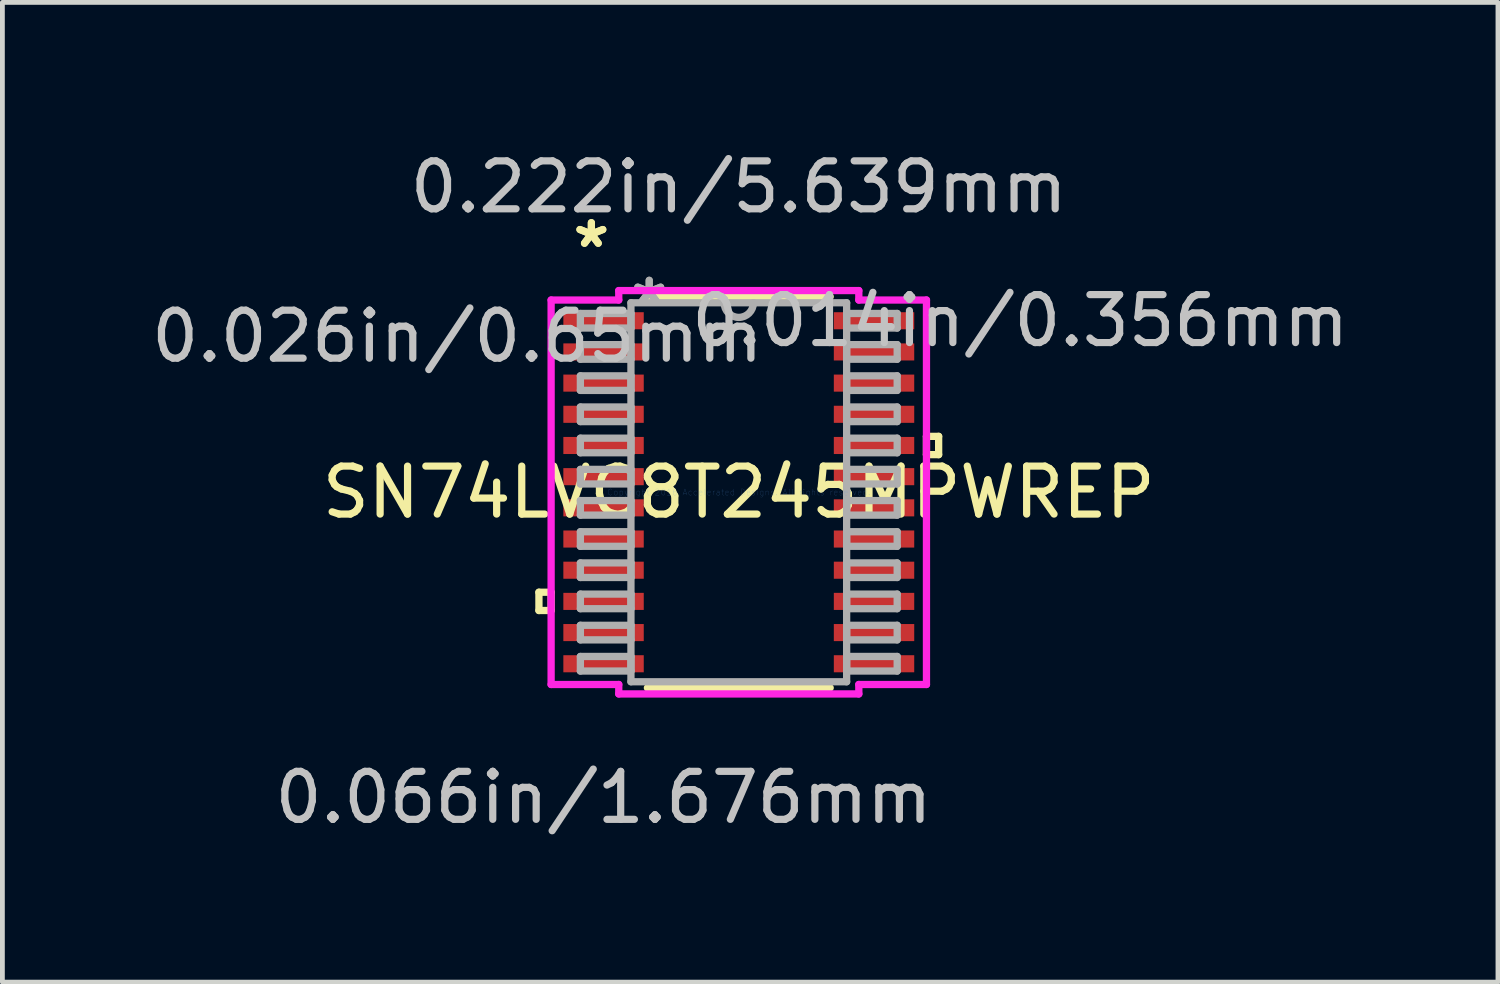
<source format=kicad_pcb>
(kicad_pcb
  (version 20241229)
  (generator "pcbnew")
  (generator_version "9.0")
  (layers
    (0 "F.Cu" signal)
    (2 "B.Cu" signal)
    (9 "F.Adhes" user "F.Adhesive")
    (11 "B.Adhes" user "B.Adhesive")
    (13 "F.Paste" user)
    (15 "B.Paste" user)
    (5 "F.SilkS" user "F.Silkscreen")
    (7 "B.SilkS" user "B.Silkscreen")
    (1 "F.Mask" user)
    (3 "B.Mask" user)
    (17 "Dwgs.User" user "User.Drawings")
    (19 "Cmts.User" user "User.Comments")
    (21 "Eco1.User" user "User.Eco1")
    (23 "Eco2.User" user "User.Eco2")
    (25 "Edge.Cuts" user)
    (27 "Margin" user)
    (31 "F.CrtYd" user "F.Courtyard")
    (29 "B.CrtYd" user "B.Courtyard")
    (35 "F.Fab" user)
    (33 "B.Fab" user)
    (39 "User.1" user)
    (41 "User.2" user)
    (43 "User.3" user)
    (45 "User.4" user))
  (footprint "SN74LVC8T245MPWREP"
    (layer "F.Cu")
    (at 12.35 7.211)
    (property "Reference" "SN74LVC8T245MPWREP" (at 0 0 0) (layer "F.SilkS") (effects (font (size 1 1) (thickness 0.15))))
    (attr through_hole)
    (fp_line (start -4.166 2.084) (end -4.166 2.465) (stroke (width 0.152) (type solid)) (layer "F.SilkS"))
    (fp_line (start -4.166 2.465) (end -3.912 2.465) (stroke (width 0.152) (type solid)) (layer "F.SilkS"))
    (fp_line (start -3.912 2.084) (end -4.166 2.084) (stroke (width 0.152) (type solid)) (layer "F.SilkS"))
    (fp_line (start -3.912 2.465) (end -3.912 2.084) (stroke (width 0.152) (type solid)) (layer "F.SilkS"))
    (fp_line (start -1.905 4.077) (end 1.905 4.077) (stroke (width 0.152) (type solid)) (layer "F.SilkS"))
    (fp_line (start 1.905 -4.077) (end -1.905 -4.077) (stroke (width 0.152) (type solid)) (layer "F.SilkS"))
    (fp_line (start 3.912 -1.165) (end 4.166 -1.165) (stroke (width 0.152) (type solid)) (layer "F.SilkS"))
    (fp_line (start 3.912 -0.784) (end 3.912 -1.165) (stroke (width 0.152) (type solid)) (layer "F.SilkS"))
    (fp_line (start 4.166 -1.165) (end 4.166 -0.784) (stroke (width 0.152) (type solid)) (layer "F.SilkS"))
    (fp_line (start 4.166 -0.784) (end 3.912 -0.784) (stroke (width 0.152) (type solid)) (layer "F.SilkS"))
    (fp_line (start -3.912 -4.007) (end -2.502 -4.007) (stroke (width 0.152) (type solid)) (layer "F.CrtYd"))
    (fp_line (start -3.912 4.007) (end -3.912 -4.007) (stroke (width 0.152) (type solid)) (layer "F.CrtYd"))
    (fp_line (start -2.502 -4.204) (end 2.502 -4.204) (stroke (width 0.152) (type solid)) (layer "F.CrtYd"))
    (fp_line (start -2.502 -4.007) (end -2.502 -4.204) (stroke (width 0.152) (type solid)) (layer "F.CrtYd"))
    (fp_line (start -2.502 4.007) (end -3.912 4.007) (stroke (width 0.152) (type solid)) (layer "F.CrtYd"))
    (fp_line (start -2.502 4.204) (end -2.502 4.007) (stroke (width 0.152) (type solid)) (layer "F.CrtYd"))
    (fp_line (start 2.502 -4.204) (end 2.502 -4.007) (stroke (width 0.152) (type solid)) (layer "F.CrtYd"))
    (fp_line (start 2.502 -4.007) (end 3.912 -4.007) (stroke (width 0.152) (type solid)) (layer "F.CrtYd"))
    (fp_line (start 2.502 4.007) (end 2.502 4.204) (stroke (width 0.152) (type solid)) (layer "F.CrtYd"))
    (fp_line (start 2.502 4.204) (end -2.502 4.204) (stroke (width 0.152) (type solid)) (layer "F.CrtYd"))
    (fp_line (start 3.912 -4.007) (end 3.912 4.007) (stroke (width 0.152) (type solid)) (layer "F.CrtYd"))
    (fp_line (start 3.912 4.007) (end 2.502 4.007) (stroke (width 0.152) (type solid)) (layer "F.CrtYd"))
    (fp_line (start -3.302 -3.727) (end -3.302 -3.423) (stroke (width 0.152) (type solid)) (layer "F.Fab"))
    (fp_line (start -3.302 -3.423) (end -2.248 -3.423) (stroke (width 0.152) (type solid)) (layer "F.Fab"))
    (fp_line (start -3.302 -3.077) (end -3.302 -2.773) (stroke (width 0.152) (type solid)) (layer "F.Fab"))
    (fp_line (start -3.302 -2.773) (end -2.248 -2.773) (stroke (width 0.152) (type solid)) (layer "F.Fab"))
    (fp_line (start -3.302 -2.427) (end -3.302 -2.123) (stroke (width 0.152) (type solid)) (layer "F.Fab"))
    (fp_line (start -3.302 -2.123) (end -2.248 -2.123) (stroke (width 0.152) (type solid)) (layer "F.Fab"))
    (fp_line (start -3.302 -1.777) (end -3.302 -1.473) (stroke (width 0.152) (type solid)) (layer "F.Fab"))
    (fp_line (start -3.302 -1.473) (end -2.248 -1.473) (stroke (width 0.152) (type solid)) (layer "F.Fab"))
    (fp_line (start -3.302 -1.127) (end -3.302 -0.823) (stroke (width 0.152) (type solid)) (layer "F.Fab"))
    (fp_line (start -3.302 -0.823) (end -2.248 -0.823) (stroke (width 0.152) (type solid)) (layer "F.Fab"))
    (fp_line (start -3.302 -0.477) (end -3.302 -0.173) (stroke (width 0.152) (type solid)) (layer "F.Fab"))
    (fp_line (start -3.302 -0.173) (end -2.248 -0.173) (stroke (width 0.152) (type solid)) (layer "F.Fab"))
    (fp_line (start -3.302 0.173) (end -3.302 0.477) (stroke (width 0.152) (type solid)) (layer "F.Fab"))
    (fp_line (start -3.302 0.477) (end -2.248 0.477) (stroke (width 0.152) (type solid)) (layer "F.Fab"))
    (fp_line (start -3.302 0.823) (end -3.302 1.127) (stroke (width 0.152) (type solid)) (layer "F.Fab"))
    (fp_line (start -3.302 1.127) (end -2.248 1.127) (stroke (width 0.152) (type solid)) (layer "F.Fab"))
    (fp_line (start -3.302 1.473) (end -3.302 1.777) (stroke (width 0.152) (type solid)) (layer "F.Fab"))
    (fp_line (start -3.302 1.777) (end -2.248 1.777) (stroke (width 0.152) (type solid)) (layer "F.Fab"))
    (fp_line (start -3.302 2.123) (end -3.302 2.427) (stroke (width 0.152) (type solid)) (layer "F.Fab"))
    (fp_line (start -3.302 2.427) (end -2.248 2.427) (stroke (width 0.152) (type solid)) (layer "F.Fab"))
    (fp_line (start -3.302 2.773) (end -3.302 3.077) (stroke (width 0.152) (type solid)) (layer "F.Fab"))
    (fp_line (start -3.302 3.077) (end -2.248 3.077) (stroke (width 0.152) (type solid)) (layer "F.Fab"))
    (fp_line (start -3.302 3.423) (end -3.302 3.727) (stroke (width 0.152) (type solid)) (layer "F.Fab"))
    (fp_line (start -3.302 3.727) (end -2.248 3.727) (stroke (width 0.152) (type solid)) (layer "F.Fab"))
    (fp_line (start -2.248 -3.95) (end -2.248 3.95) (stroke (width 0.152) (type solid)) (layer "F.Fab"))
    (fp_line (start -2.248 -3.727) (end -3.302 -3.727) (stroke (width 0.152) (type solid)) (layer "F.Fab"))
    (fp_line (start -2.248 -3.423) (end -2.248 -3.727) (stroke (width 0.152) (type solid)) (layer "F.Fab"))
    (fp_line (start -2.248 -3.077) (end -3.302 -3.077) (stroke (width 0.152) (type solid)) (layer "F.Fab"))
    (fp_line (start -2.248 -2.773) (end -2.248 -3.077) (stroke (width 0.152) (type solid)) (layer "F.Fab"))
    (fp_line (start -2.248 -2.427) (end -3.302 -2.427) (stroke (width 0.152) (type solid)) (layer "F.Fab"))
    (fp_line (start -2.248 -2.123) (end -2.248 -2.427) (stroke (width 0.152) (type solid)) (layer "F.Fab"))
    (fp_line (start -2.248 -1.777) (end -3.302 -1.777) (stroke (width 0.152) (type solid)) (layer "F.Fab"))
    (fp_line (start -2.248 -1.473) (end -2.248 -1.777) (stroke (width 0.152) (type solid)) (layer "F.Fab"))
    (fp_line (start -2.248 -1.127) (end -3.302 -1.127) (stroke (width 0.152) (type solid)) (layer "F.Fab"))
    (fp_line (start -2.248 -0.823) (end -2.248 -1.127) (stroke (width 0.152) (type solid)) (layer "F.Fab"))
    (fp_line (start -2.248 -0.477) (end -3.302 -0.477) (stroke (width 0.152) (type solid)) (layer "F.Fab"))
    (fp_line (start -2.248 -0.173) (end -2.248 -0.477) (stroke (width 0.152) (type solid)) (layer "F.Fab"))
    (fp_line (start -2.248 0.173) (end -3.302 0.173) (stroke (width 0.152) (type solid)) (layer "F.Fab"))
    (fp_line (start -2.248 0.477) (end -2.248 0.173) (stroke (width 0.152) (type solid)) (layer "F.Fab"))
    (fp_line (start -2.248 0.823) (end -3.302 0.823) (stroke (width 0.152) (type solid)) (layer "F.Fab"))
    (fp_line (start -2.248 1.127) (end -2.248 0.823) (stroke (width 0.152) (type solid)) (layer "F.Fab"))
    (fp_line (start -2.248 1.473) (end -3.302 1.473) (stroke (width 0.152) (type solid)) (layer "F.Fab"))
    (fp_line (start -2.248 1.777) (end -2.248 1.473) (stroke (width 0.152) (type solid)) (layer "F.Fab"))
    (fp_line (start -2.248 2.123) (end -3.302 2.123) (stroke (width 0.152) (type solid)) (layer "F.Fab"))
    (fp_line (start -2.248 2.427) (end -2.248 2.123) (stroke (width 0.152) (type solid)) (layer "F.Fab"))
    (fp_line (start -2.248 2.773) (end -3.302 2.773) (stroke (width 0.152) (type solid)) (layer "F.Fab"))
    (fp_line (start -2.248 3.077) (end -2.248 2.773) (stroke (width 0.152) (type solid)) (layer "F.Fab"))
    (fp_line (start -2.248 3.423) (end -3.302 3.423) (stroke (width 0.152) (type solid)) (layer "F.Fab"))
    (fp_line (start -2.248 3.727) (end -2.248 3.423) (stroke (width 0.152) (type solid)) (layer "F.Fab"))
    (fp_line (start -2.248 3.95) (end 2.248 3.95) (stroke (width 0.152) (type solid)) (layer "F.Fab"))
    (fp_line (start 2.248 -3.95) (end -2.248 -3.95) (stroke (width 0.152) (type solid)) (layer "F.Fab"))
    (fp_line (start 2.248 -3.727) (end 2.248 -3.423) (stroke (width 0.152) (type solid)) (layer "F.Fab"))
    (fp_line (start 2.248 -3.423) (end 3.302 -3.423) (stroke (width 0.152) (type solid)) (layer "F.Fab"))
    (fp_line (start 2.248 -3.077) (end 2.248 -2.773) (stroke (width 0.152) (type solid)) (layer "F.Fab"))
    (fp_line (start 2.248 -2.773) (end 3.302 -2.773) (stroke (width 0.152) (type solid)) (layer "F.Fab"))
    (fp_line (start 2.248 -2.427) (end 2.248 -2.123) (stroke (width 0.152) (type solid)) (layer "F.Fab"))
    (fp_line (start 2.248 -2.123) (end 3.302 -2.123) (stroke (width 0.152) (type solid)) (layer "F.Fab"))
    (fp_line (start 2.248 -1.777) (end 2.248 -1.473) (stroke (width 0.152) (type solid)) (layer "F.Fab"))
    (fp_line (start 2.248 -1.473) (end 3.302 -1.473) (stroke (width 0.152) (type solid)) (layer "F.Fab"))
    (fp_line (start 2.248 -1.127) (end 2.248 -0.823) (stroke (width 0.152) (type solid)) (layer "F.Fab"))
    (fp_line (start 2.248 -0.823) (end 3.302 -0.823) (stroke (width 0.152) (type solid)) (layer "F.Fab"))
    (fp_line (start 2.248 -0.477) (end 2.248 -0.173) (stroke (width 0.152) (type solid)) (layer "F.Fab"))
    (fp_line (start 2.248 -0.173) (end 3.302 -0.173) (stroke (width 0.152) (type solid)) (layer "F.Fab"))
    (fp_line (start 2.248 0.173) (end 2.248 0.477) (stroke (width 0.152) (type solid)) (layer "F.Fab"))
    (fp_line (start 2.248 0.477) (end 3.302 0.477) (stroke (width 0.152) (type solid)) (layer "F.Fab"))
    (fp_line (start 2.248 0.823) (end 2.248 1.127) (stroke (width 0.152) (type solid)) (layer "F.Fab"))
    (fp_line (start 2.248 1.127) (end 3.302 1.127) (stroke (width 0.152) (type solid)) (layer "F.Fab"))
    (fp_line (start 2.248 1.473) (end 2.248 1.777) (stroke (width 0.152) (type solid)) (layer "F.Fab"))
    (fp_line (start 2.248 1.777) (end 3.302 1.777) (stroke (width 0.152) (type solid)) (layer "F.Fab"))
    (fp_line (start 2.248 2.123) (end 2.248 2.427) (stroke (width 0.152) (type solid)) (layer "F.Fab"))
    (fp_line (start 2.248 2.427) (end 3.302 2.427) (stroke (width 0.152) (type solid)) (layer "F.Fab"))
    (fp_line (start 2.248 2.773) (end 2.248 3.077) (stroke (width 0.152) (type solid)) (layer "F.Fab"))
    (fp_line (start 2.248 3.077) (end 3.302 3.077) (stroke (width 0.152) (type solid)) (layer "F.Fab"))
    (fp_line (start 2.248 3.423) (end 2.248 3.727) (stroke (width 0.152) (type solid)) (layer "F.Fab"))
    (fp_line (start 2.248 3.727) (end 3.302 3.727) (stroke (width 0.152) (type solid)) (layer "F.Fab"))
    (fp_line (start 2.248 3.95) (end 2.248 -3.95) (stroke (width 0.152) (type solid)) (layer "F.Fab"))
    (fp_line (start 3.302 -3.727) (end 2.248 -3.727) (stroke (width 0.152) (type solid)) (layer "F.Fab"))
    (fp_line (start 3.302 -3.423) (end 3.302 -3.727) (stroke (width 0.152) (type solid)) (layer "F.Fab"))
    (fp_line (start 3.302 -3.077) (end 2.248 -3.077) (stroke (width 0.152) (type solid)) (layer "F.Fab"))
    (fp_line (start 3.302 -2.773) (end 3.302 -3.077) (stroke (width 0.152) (type solid)) (layer "F.Fab"))
    (fp_line (start 3.302 -2.427) (end 2.248 -2.427) (stroke (width 0.152) (type solid)) (layer "F.Fab"))
    (fp_line (start 3.302 -2.123) (end 3.302 -2.427) (stroke (width 0.152) (type solid)) (layer "F.Fab"))
    (fp_line (start 3.302 -1.777) (end 2.248 -1.777) (stroke (width 0.152) (type solid)) (layer "F.Fab"))
    (fp_line (start 3.302 -1.473) (end 3.302 -1.777) (stroke (width 0.152) (type solid)) (layer "F.Fab"))
    (fp_line (start 3.302 -1.127) (end 2.248 -1.127) (stroke (width 0.152) (type solid)) (layer "F.Fab"))
    (fp_line (start 3.302 -0.823) (end 3.302 -1.127) (stroke (width 0.152) (type solid)) (layer "F.Fab"))
    (fp_line (start 3.302 -0.477) (end 2.248 -0.477) (stroke (width 0.152) (type solid)) (layer "F.Fab"))
    (fp_line (start 3.302 -0.173) (end 3.302 -0.477) (stroke (width 0.152) (type solid)) (layer "F.Fab"))
    (fp_line (start 3.302 0.173) (end 2.248 0.173) (stroke (width 0.152) (type solid)) (layer "F.Fab"))
    (fp_line (start 3.302 0.477) (end 3.302 0.173) (stroke (width 0.152) (type solid)) (layer "F.Fab"))
    (fp_line (start 3.302 0.823) (end 2.248 0.823) (stroke (width 0.152) (type solid)) (layer "F.Fab"))
    (fp_line (start 3.302 1.127) (end 3.302 0.823) (stroke (width 0.152) (type solid)) (layer "F.Fab"))
    (fp_line (start 3.302 1.473) (end 2.248 1.473) (stroke (width 0.152) (type solid)) (layer "F.Fab"))
    (fp_line (start 3.302 1.777) (end 3.302 1.473) (stroke (width 0.152) (type solid)) (layer "F.Fab"))
    (fp_line (start 3.302 2.123) (end 2.248 2.123) (stroke (width 0.152) (type solid)) (layer "F.Fab"))
    (fp_line (start 3.302 2.427) (end 3.302 2.123) (stroke (width 0.152) (type solid)) (layer "F.Fab"))
    (fp_line (start 3.302 2.773) (end 2.248 2.773) (stroke (width 0.152) (type solid)) (layer "F.Fab"))
    (fp_line (start 3.302 3.077) (end 3.302 2.773) (stroke (width 0.152) (type solid)) (layer "F.Fab"))
    (fp_line (start 3.302 3.423) (end 2.248 3.423) (stroke (width 0.152) (type solid)) (layer "F.Fab"))
    (fp_line (start 3.302 3.727) (end 3.302 3.423) (stroke (width 0.152) (type solid)) (layer "F.Fab"))
    (fp_arc (start 0.3048 -3.9497) (mid 0 -3.6449) (end -0.3048 -3.9497) (stroke (width 0.1524) (type solid)) (layer "F.Fab"))
    (fp_text user "*" (at -3.073 -5.074 0) (layer "F.SilkS") (effects (font (size 1 1) (thickness 0.15))))
    (fp_text user "*" (at -3.073 -5.074 0) (layer "F.SilkS") (effects (font (size 1 1) (thickness 0.15))))
    (fp_text user "0.066in/1.676mm" (at -2.819 6.363 0) (layer "Dwgs.User") (effects (font (size 1 1) (thickness 0.15))))
    (fp_text user "0.014in/0.356mm" (at 5.867 -3.575 0) (layer "Dwgs.User") (effects (font (size 1 1) (thickness 0.15))))
    (fp_text user "0.222in/5.639mm" (at 0 -6.363 0) (layer "Dwgs.User") (effects (font (size 1 1) (thickness 0.15))))
    (fp_text user "0.026in/0.65mm" (at -5.867 -3.25 0) (layer "Dwgs.User") (effects (font (size 1 1) (thickness 0.15))))
    (fp_text user "Copyright 2016 Accelerated Designs. All rights reserved." (at 0 0 0) (layer "Cmts.User") (effects (font (size 0.127 0.127) (thickness 0.002))))
    (fp_text user "*" (at -1.867 -3.873 0) (layer "F.Fab") (effects (font (size 1 1) (thickness 0.15))))
    (fp_text user "*" (at -1.867 -3.873 0) (layer "F.Fab") (effects (font (size 1 1) (thickness 0.15))))
    (pad "1" smd rect (at -2.819 -3.575) (size 1.676 0.356) (layers "F.Cu" "F.Mask" "F.Paste"))
    (pad "2" smd rect (at -2.819 -2.925) (size 1.676 0.356) (layers "F.Cu" "F.Mask" "F.Paste"))
    (pad "3" smd rect (at -2.819 -2.275) (size 1.676 0.356) (layers "F.Cu" "F.Mask" "F.Paste"))
    (pad "4" smd rect (at -2.819 -1.625) (size 1.676 0.356) (layers "F.Cu" "F.Mask" "F.Paste"))
    (pad "5" smd rect (at -2.819 -0.975) (size 1.676 0.356) (layers "F.Cu" "F.Mask" "F.Paste"))
    (pad "6" smd rect (at -2.819 -0.325) (size 1.676 0.356) (layers "F.Cu" "F.Mask" "F.Paste"))
    (pad "7" smd rect (at -2.819 0.325) (size 1.676 0.356) (layers "F.Cu" "F.Mask" "F.Paste"))
    (pad "8" smd rect (at -2.819 0.975) (size 1.676 0.356) (layers "F.Cu" "F.Mask" "F.Paste"))
    (pad "9" smd rect (at -2.819 1.625) (size 1.676 0.356) (layers "F.Cu" "F.Mask" "F.Paste"))
    (pad "10" smd rect (at -2.819 2.275) (size 1.676 0.356) (layers "F.Cu" "F.Mask" "F.Paste"))
    (pad "11" smd rect (at -2.819 2.925) (size 1.676 0.356) (layers "F.Cu" "F.Mask" "F.Paste"))
    (pad "12" smd rect (at -2.819 3.575) (size 1.676 0.356) (layers "F.Cu" "F.Mask" "F.Paste"))
    (pad "13" smd rect (at 2.819 3.575) (size 1.676 0.356) (layers "F.Cu" "F.Mask" "F.Paste"))
    (pad "14" smd rect (at 2.819 2.925) (size 1.676 0.356) (layers "F.Cu" "F.Mask" "F.Paste"))
    (pad "15" smd rect (at 2.819 2.275) (size 1.676 0.356) (layers "F.Cu" "F.Mask" "F.Paste"))
    (pad "16" smd rect (at 2.819 1.625) (size 1.676 0.356) (layers "F.Cu" "F.Mask" "F.Paste"))
    (pad "17" smd rect (at 2.819 0.975) (size 1.676 0.356) (layers "F.Cu" "F.Mask" "F.Paste"))
    (pad "18" smd rect (at 2.819 0.325) (size 1.676 0.356) (layers "F.Cu" "F.Mask" "F.Paste"))
    (pad "19" smd rect (at 2.819 -0.325) (size 1.676 0.356) (layers "F.Cu" "F.Mask" "F.Paste"))
    (pad "20" smd rect (at 2.819 -0.975) (size 1.676 0.356) (layers "F.Cu" "F.Mask" "F.Paste"))
    (pad "21" smd rect (at 2.819 -1.625) (size 1.676 0.356) (layers "F.Cu" "F.Mask" "F.Paste"))
    (pad "22" smd rect (at 2.819 -2.275) (size 1.676 0.356) (layers "F.Cu" "F.Mask" "F.Paste"))
    (pad "23" smd rect (at 2.819 -2.925) (size 1.676 0.356) (layers "F.Cu" "F.Mask" "F.Paste"))
    (pad "24" smd rect (at 2.819 -3.575) (size 1.676 0.356) (layers "F.Cu" "F.Mask" "F.Paste")))
  (gr_rect
    (start -3 -3)
    (end 28.175 17.422)
    (stroke (width 0.1) (type default))
    (fill no)
    (layer "Edge.Cuts")))
</source>
